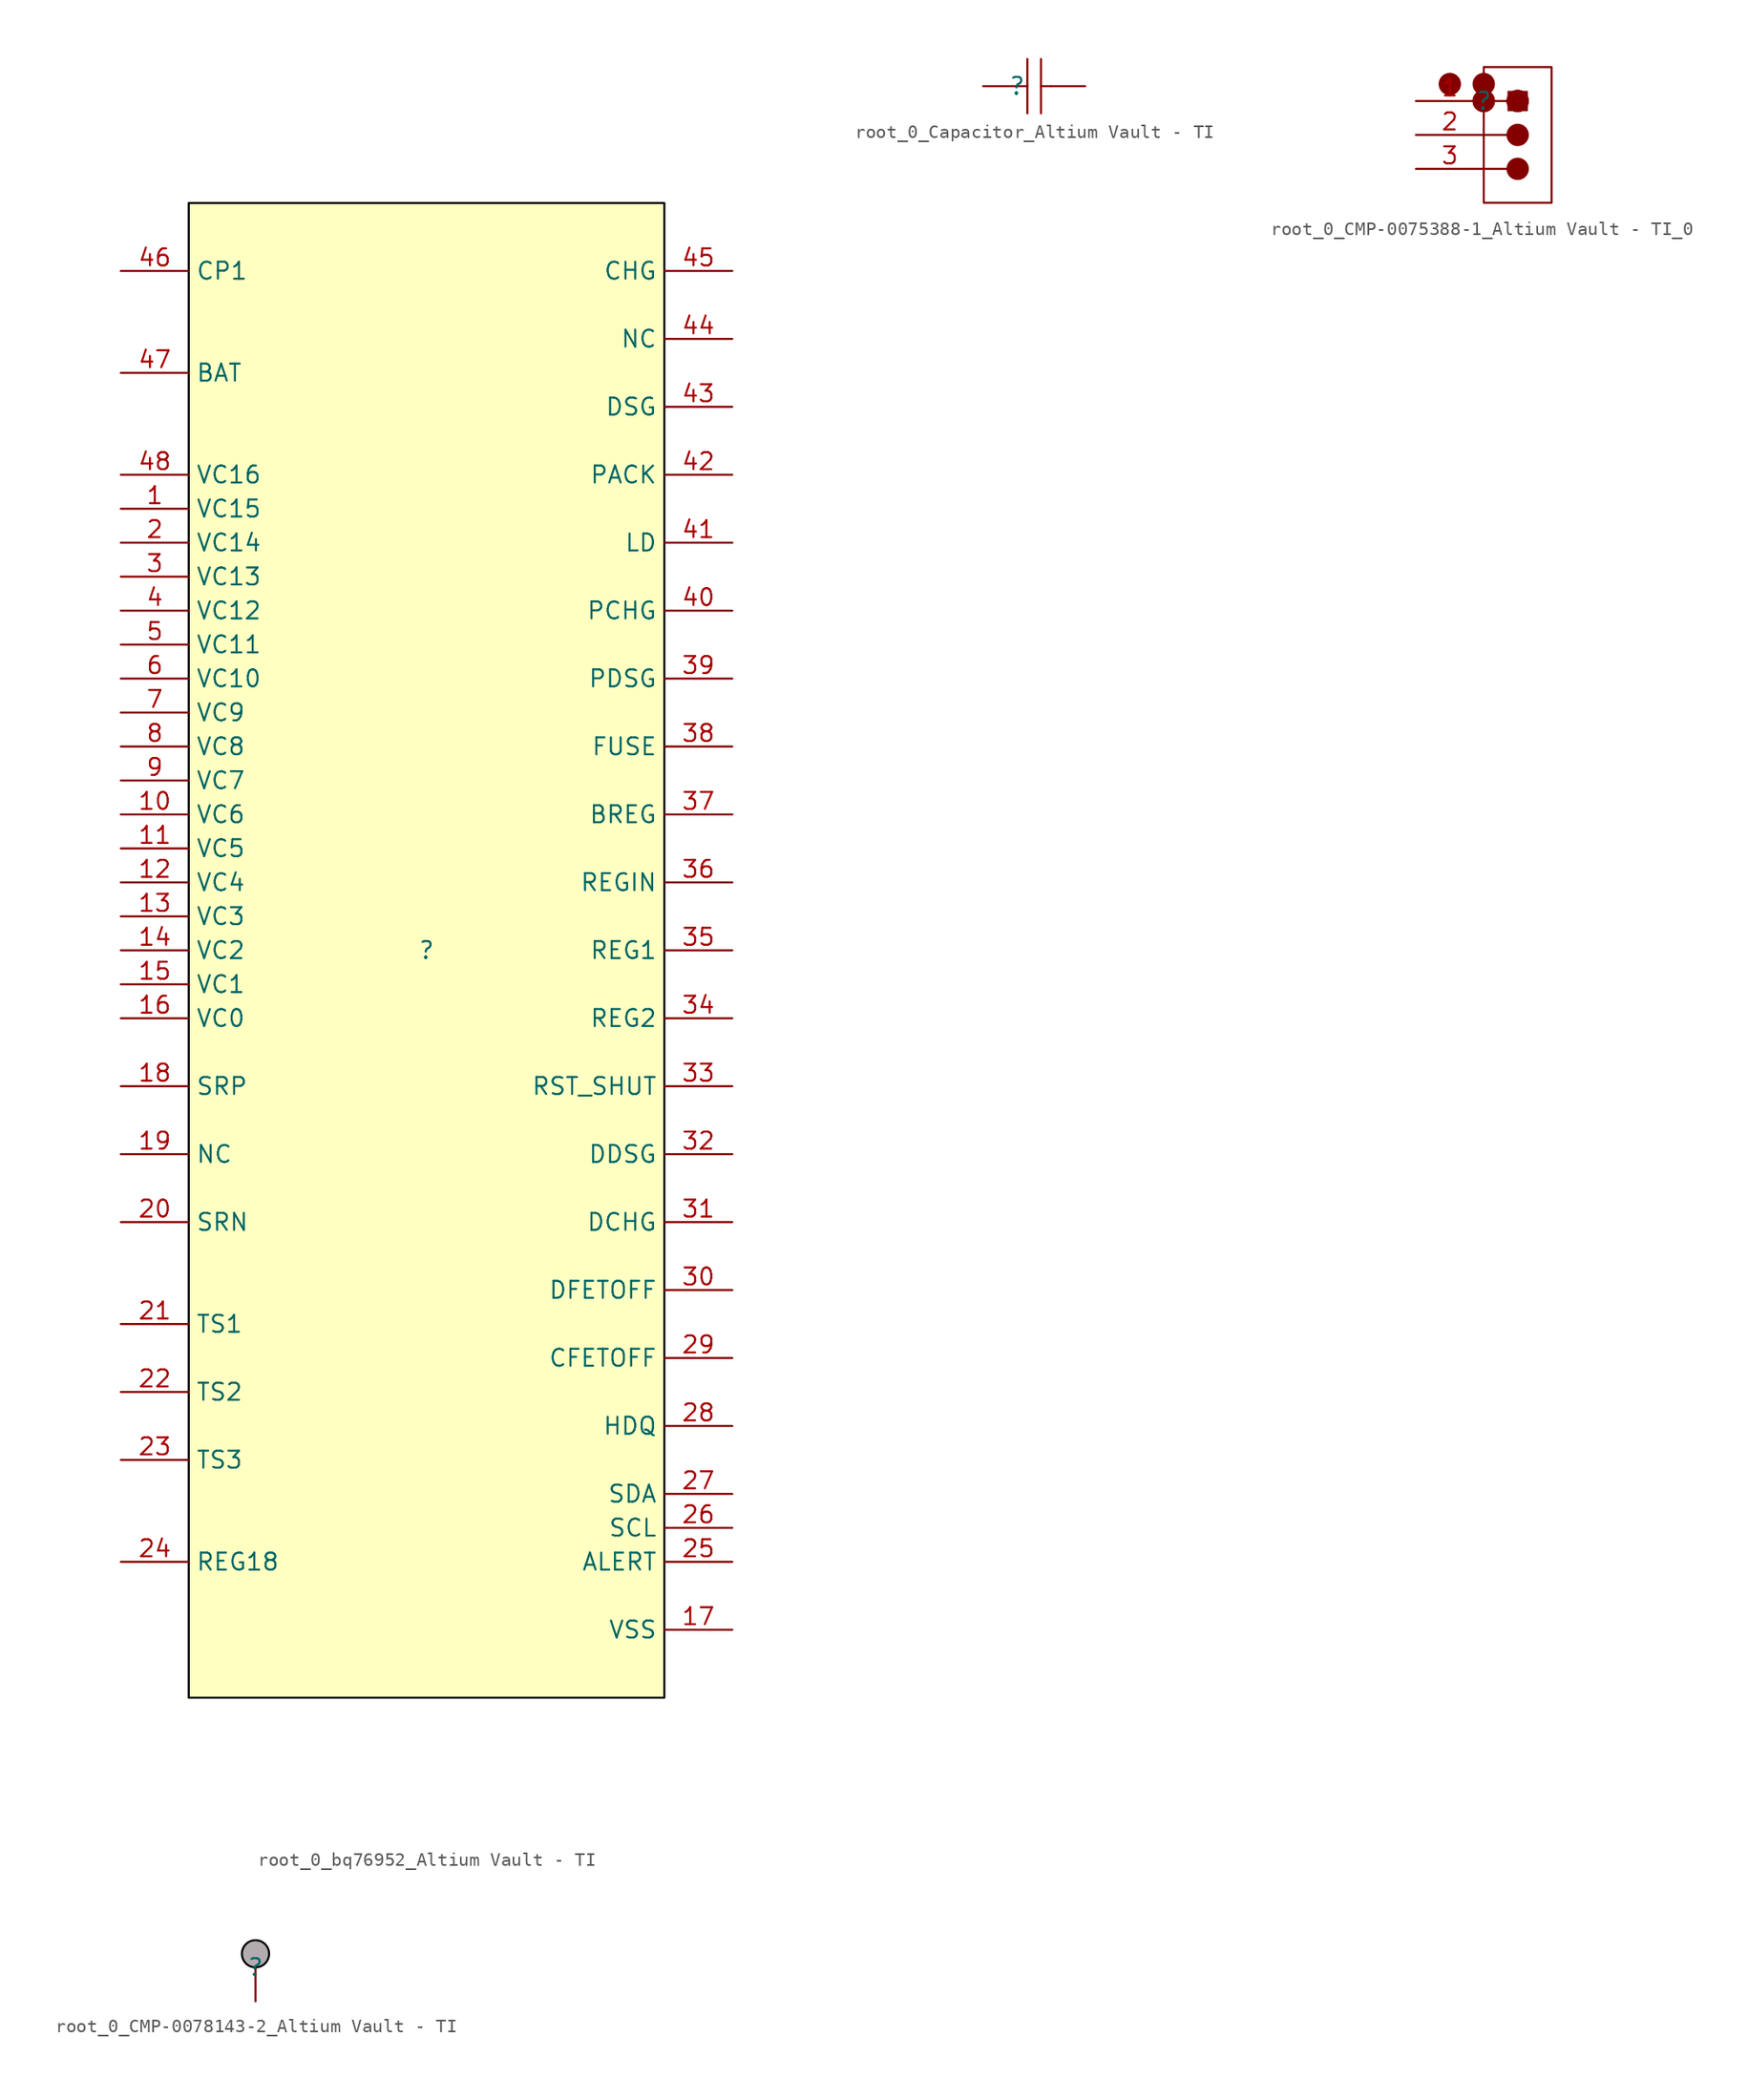
<source format=kicad_sym>
(kicad_symbol_lib
  (version 20241209)
  (generator "kicad_symbol_editor")
  (generator_version "9.0")
  (symbol "root_0_bq76952_Altium Vault - TI"
    (property "Reference" ""
      (at 0 0 0)
      (effects (font (size 1.27 1.27))))
    (property "Value" ""
      (at 0 0 0)
      (effects (font (size 1.27 1.27))))
    (symbol "root_0_bq76952_Altium Vault - TI_1_0"
      (rectangle (start 17.78 55.88) (end -17.78 -55.88) (stroke (width 0) (type solid) (color 0 0 0 1)) (fill (type background)))
      (pin bidirectional line (at -22.86 50.8 0) (length 5.08) (name "CP1" (effects (font (size 1.27 1.27)))) (number "46" (effects (font (size 1.27 1.27)))))
      (pin power_in line (at -22.86 43.18 0) (length 5.08) (name "BAT" (effects (font (size 1.27 1.27)))) (number "47" (effects (font (size 1.27 1.27)))))
      (pin input line (at -22.86 35.56 0) (length 5.08) (name "VC16" (effects (font (size 1.27 1.27)))) (number "48" (effects (font (size 1.27 1.27)))))
      (pin input line (at -22.86 33.02 0) (length 5.08) (name "VC15" (effects (font (size 1.27 1.27)))) (number "1" (effects (font (size 1.27 1.27)))))
      (pin input line (at -22.86 30.48 0) (length 5.08) (name "VC14" (effects (font (size 1.27 1.27)))) (number "2" (effects (font (size 1.27 1.27)))))
      (pin input line (at -22.86 27.94 0) (length 5.08) (name "VC13" (effects (font (size 1.27 1.27)))) (number "3" (effects (font (size 1.27 1.27)))))
      (pin input line (at -22.86 25.4 0) (length 5.08) (name "VC12" (effects (font (size 1.27 1.27)))) (number "4" (effects (font (size 1.27 1.27)))))
      (pin input line (at -22.86 22.86 0) (length 5.08) (name "VC11" (effects (font (size 1.27 1.27)))) (number "5" (effects (font (size 1.27 1.27)))))
      (pin input line (at -22.86 20.32 0) (length 5.08) (name "VC10" (effects (font (size 1.27 1.27)))) (number "6" (effects (font (size 1.27 1.27)))))
      (pin input line (at -22.86 17.78 0) (length 5.08) (name "VC9" (effects (font (size 1.27 1.27)))) (number "7" (effects (font (size 1.27 1.27)))))
      (pin input line (at -22.86 15.24 0) (length 5.08) (name "VC8" (effects (font (size 1.27 1.27)))) (number "8" (effects (font (size 1.27 1.27)))))
      (pin input line (at -22.86 12.7 0) (length 5.08) (name "VC7" (effects (font (size 1.27 1.27)))) (number "9" (effects (font (size 1.27 1.27)))))
      (pin input line (at -22.86 10.16 0) (length 5.08) (name "VC6" (effects (font (size 1.27 1.27)))) (number "10" (effects (font (size 1.27 1.27)))))
      (pin input line (at -22.86 7.62 0) (length 5.08) (name "VC5" (effects (font (size 1.27 1.27)))) (number "11" (effects (font (size 1.27 1.27)))))
      (pin input line (at -22.86 5.08 0) (length 5.08) (name "VC4" (effects (font (size 1.27 1.27)))) (number "12" (effects (font (size 1.27 1.27)))))
      (pin input line (at -22.86 2.54 0) (length 5.08) (name "VC3" (effects (font (size 1.27 1.27)))) (number "13" (effects (font (size 1.27 1.27)))))
      (pin input line (at -22.86 0 0) (length 5.08) (name "VC2" (effects (font (size 1.27 1.27)))) (number "14" (effects (font (size 1.27 1.27)))))
      (pin input line (at -22.86 -2.54 0) (length 5.08) (name "VC1" (effects (font (size 1.27 1.27)))) (number "15" (effects (font (size 1.27 1.27)))))
      (pin input line (at -22.86 -5.08 0) (length 5.08) (name "VC0" (effects (font (size 1.27 1.27)))) (number "16" (effects (font (size 1.27 1.27)))))
      (pin input line (at -22.86 -10.16 0) (length 5.08) (name "SRP" (effects (font (size 1.27 1.27)))) (number "18" (effects (font (size 1.27 1.27)))))
      (pin passive line (at -22.86 -15.24 0) (length 5.08) (name "NC" (effects (font (size 1.27 1.27)))) (number "19" (effects (font (size 1.27 1.27)))))
      (pin input line (at -22.86 -20.32 0) (length 5.08) (name "SRN" (effects (font (size 1.27 1.27)))) (number "20" (effects (font (size 1.27 1.27)))))
      (pin bidirectional line (at -22.86 -27.94 0) (length 5.08) (name "TS1" (effects (font (size 1.27 1.27)))) (number "21" (effects (font (size 1.27 1.27)))))
      (pin bidirectional line (at -22.86 -33.02 0) (length 5.08) (name "TS2" (effects (font (size 1.27 1.27)))) (number "22" (effects (font (size 1.27 1.27)))))
      (pin bidirectional line (at -22.86 -38.1 0) (length 5.08) (name "TS3" (effects (font (size 1.27 1.27)))) (number "23" (effects (font (size 1.27 1.27)))))
      (pin power_in line (at -22.86 -45.72 0) (length 5.08) (name "REG18" (effects (font (size 1.27 1.27)))) (number "24" (effects (font (size 1.27 1.27)))))
      (pin output line (at 22.86 50.8 180) (length 5.08) (name "CHG" (effects (font (size 1.27 1.27)))) (number "45" (effects (font (size 1.27 1.27)))))
      (pin passive line (at 22.86 45.72 180) (length 5.08) (name "NC" (effects (font (size 1.27 1.27)))) (number "44" (effects (font (size 1.27 1.27)))))
      (pin output line (at 22.86 40.64 180) (length 5.08) (name "DSG" (effects (font (size 1.27 1.27)))) (number "43" (effects (font (size 1.27 1.27)))))
      (pin bidirectional line (at 22.86 35.56 180) (length 5.08) (name "PACK" (effects (font (size 1.27 1.27)))) (number "42" (effects (font (size 1.27 1.27)))))
      (pin bidirectional line (at 22.86 30.48 180) (length 5.08) (name "LD" (effects (font (size 1.27 1.27)))) (number "41" (effects (font (size 1.27 1.27)))))
      (pin output line (at 22.86 25.4 180) (length 5.08) (name "PCHG" (effects (font (size 1.27 1.27)))) (number "40" (effects (font (size 1.27 1.27)))))
      (pin output line (at 22.86 20.32 180) (length 5.08) (name "PDSG" (effects (font (size 1.27 1.27)))) (number "39" (effects (font (size 1.27 1.27)))))
      (pin input line (at 22.86 15.24 180) (length 5.08) (name "FUSE" (effects (font (size 1.27 1.27)))) (number "38" (effects (font (size 1.27 1.27)))))
      (pin output line (at 22.86 10.16 180) (length 5.08) (name "BREG" (effects (font (size 1.27 1.27)))) (number "37" (effects (font (size 1.27 1.27)))))
      (pin input line (at 22.86 5.08 180) (length 5.08) (name "REGIN" (effects (font (size 1.27 1.27)))) (number "36" (effects (font (size 1.27 1.27)))))
      (pin power_in line (at 22.86 0 180) (length 5.08) (name "REG1" (effects (font (size 1.27 1.27)))) (number "35" (effects (font (size 1.27 1.27)))))
      (pin power_in line (at 22.86 -5.08 180) (length 5.08) (name "REG2" (effects (font (size 1.27 1.27)))) (number "34" (effects (font (size 1.27 1.27)))))
      (pin input line (at 22.86 -10.16 180) (length 5.08) (name "RST_SHUT" (effects (font (size 1.27 1.27)))) (number "33" (effects (font (size 1.27 1.27)))))
      (pin bidirectional line (at 22.86 -15.24 180) (length 5.08) (name "DDSG" (effects (font (size 1.27 1.27)))) (number "32" (effects (font (size 1.27 1.27)))))
      (pin bidirectional line (at 22.86 -20.32 180) (length 5.08) (name "DCHG" (effects (font (size 1.27 1.27)))) (number "31" (effects (font (size 1.27 1.27)))))
      (pin bidirectional line (at 22.86 -25.4 180) (length 5.08) (name "DFETOFF" (effects (font (size 1.27 1.27)))) (number "30" (effects (font (size 1.27 1.27)))))
      (pin bidirectional line (at 22.86 -30.48 180) (length 5.08) (name "CFETOFF" (effects (font (size 1.27 1.27)))) (number "29" (effects (font (size 1.27 1.27)))))
      (pin bidirectional line (at 22.86 -35.56 180) (length 5.08) (name "HDQ" (effects (font (size 1.27 1.27)))) (number "28" (effects (font (size 1.27 1.27)))))
      (pin bidirectional line (at 22.86 -40.64 180) (length 5.08) (name "SDA" (effects (font (size 1.27 1.27)))) (number "27" (effects (font (size 1.27 1.27)))))
      (pin bidirectional line (at 22.86 -43.18 180) (length 5.08) (name "SCL" (effects (font (size 1.27 1.27)))) (number "26" (effects (font (size 1.27 1.27)))))
      (pin bidirectional line (at 22.86 -45.72 180) (length 5.08) (name "ALERT" (effects (font (size 1.27 1.27)))) (number "25" (effects (font (size 1.27 1.27)))))
      (pin power_in line (at 22.86 -50.8 180) (length 5.08) (name "VSS" (effects (font (size 1.27 1.27)))) (number "17" (effects (font (size 1.27 1.27)))))))
  (symbol "root_0_Capacitor_Altium Vault - TI"
    (pin_numbers
      (hide yes))
    (pin_names
      (hide yes))
    (property "Reference" ""
      (at 0 0 0)
      (effects (font (size 1.27 1.27))))
    (property "Value" ""
      (at 0 0 0)
      (effects (font (size 1.27 1.27))))
    (symbol "root_0_Capacitor_Altium Vault - TI_1_0"
      (polyline (pts (xy 0 0) (xy 0.762 0)) (stroke (width 0) (type solid)) (fill (type none)))
      (polyline (pts (xy 0.762 2.032) (xy 0.762 -2.032)) (stroke (width 0) (type solid)) (fill (type none)))
      (polyline (pts (xy 1.778 2.032) (xy 1.778 -2.032)) (stroke (width 0) (type solid)) (fill (type none)))
      (polyline (pts (xy 2.54 0) (xy 1.778 0)) (stroke (width 0) (type solid)) (fill (type none)))
      (pin passive line (at -2.54 0 0) (length 2.54) (name "2" (effects (font (size 1.27 1.27)))) (number "2" (effects (font (size 1.27 1.27)))))
      (pin passive line (at 5.08 0 180) (length 2.54) (name "1" (effects (font (size 1.27 1.27)))) (number "1" (effects (font (size 1.27 1.27)))))))
  (symbol "root_0_CMP-0075388-1_Altium Vault - TI_0"
    (pin_names
      (hide yes))
    (property "Reference" ""
      (at 0 0 0)
      (effects (font (size 1.27 1.27))))
    (property "Value" ""
      (at 0 0 0)
      (effects (font (size 1.27 1.27))))
    (symbol "root_0_CMP-0075388-1_Altium Vault - TI_0_1_0"
      (circle (center -2.54 1.27) (radius 0.762) (stroke (width 0) (type solid)) (fill (type outline)))
      (circle (center 0 1.27) (radius 0.762) (stroke (width 0) (type solid)) (fill (type outline)))
      (polyline (pts (xy 0 0) (xy 1.778 0)) (stroke (width 0) (type solid)) (fill (type none)))
      (circle (center 0 0) (radius 0.762) (stroke (width 0) (type solid)) (fill (type outline)))
      (circle (center 0 0) (radius 0.762) (stroke (width 0) (type solid)) (fill (type outline)))
      (polyline (pts (xy 0 -2.54) (xy 1.778 -2.54)) (stroke (width 0) (type solid)) (fill (type none)))
      (polyline (pts (xy 0 -5.08) (xy 1.778 -5.08)) (stroke (width 0) (type solid)) (fill (type none)))
      (circle (center 2.54 0) (radius 0.762) (stroke (width 0) (type solid)) (fill (type outline)))
      (circle (center 2.54 0) (radius 0.762) (stroke (width 0) (type solid)) (fill (type outline)))
      (circle (center 2.54 -2.54) (radius 0.762) (stroke (width 0) (type solid)) (fill (type outline)))
      (circle (center 2.54 -5.08) (radius 0.762) (stroke (width 0) (type solid)) (fill (type outline)))
      (rectangle (start 3.302 0.762) (end 1.778 -0.762) (stroke (width -0.0001) (type solid)) (fill (type outline)))
      (rectangle (start 5.08 2.54) (end 0 -7.62) (stroke (width 0) (type solid)) (fill (type color) (color 255 255 255 1)))
      (pin passive line (at -5.08 0 0) (length 5.08) (name "1" (effects (font (size 1.27 1.27)))) (number "1" (effects (font (size 1.27 1.27)))))
      (pin passive line (at -5.08 -2.54 0) (length 5.08) (name "2" (effects (font (size 1.27 1.27)))) (number "2" (effects (font (size 1.27 1.27)))))
      (pin passive line (at -5.08 -5.08 0) (length 5.08) (name "3" (effects (font (size 1.27 1.27)))) (number "3" (effects (font (size 1.27 1.27)))))))
  (symbol "root_0_CMP-0078143-2_Altium Vault - TI"
    (pin_numbers
      (hide yes))
    (pin_names
      (hide yes))
    (property "Reference" ""
      (at 0 0 0)
      (effects (font (size 1.27 1.27))))
    (property "Value" ""
      (at 0 0 0)
      (effects (font (size 1.27 1.27))))
    (symbol "root_0_CMP-0078143-2_Altium Vault - TI_1_0"
      (circle (center 0 1.016) (radius 1.016) (stroke (width 0) (type solid) (color 0 0 0 1)) (fill (type color) (color 178 172 176 1)))
      (pin passive line (at 0 -2.54 90) (length 2.54) (name "" (effects (font (size 1.27 1.27)))) (number "1" (effects (font (size 1.27 1.27))))))))
</source>
